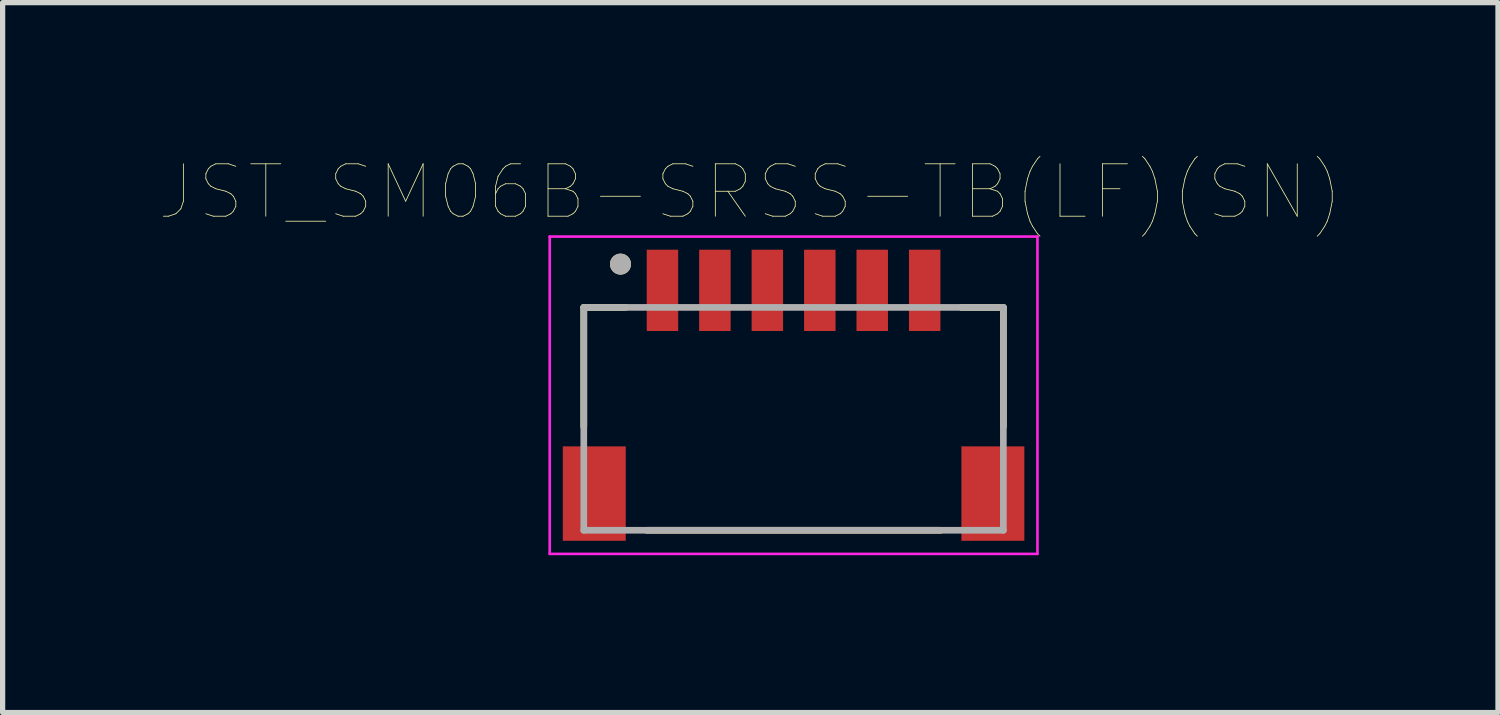
<source format=kicad_pcb>
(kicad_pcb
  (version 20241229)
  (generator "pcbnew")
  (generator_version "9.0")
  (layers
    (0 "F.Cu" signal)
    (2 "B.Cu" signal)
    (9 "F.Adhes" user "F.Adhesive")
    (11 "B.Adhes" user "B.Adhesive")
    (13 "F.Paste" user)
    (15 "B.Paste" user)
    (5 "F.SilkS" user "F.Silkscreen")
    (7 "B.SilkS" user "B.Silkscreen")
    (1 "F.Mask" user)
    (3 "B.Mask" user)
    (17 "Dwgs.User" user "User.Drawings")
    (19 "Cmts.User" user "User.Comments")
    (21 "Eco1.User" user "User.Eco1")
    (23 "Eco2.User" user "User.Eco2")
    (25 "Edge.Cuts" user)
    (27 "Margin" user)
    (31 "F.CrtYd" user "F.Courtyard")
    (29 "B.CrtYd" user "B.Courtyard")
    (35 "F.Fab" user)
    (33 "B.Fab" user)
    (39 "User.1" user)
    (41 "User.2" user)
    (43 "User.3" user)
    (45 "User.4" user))
  (footprint "JST_SM06B-SRSS-TB(LF)(SN)"
    (layer "F.Cu")
    (at 12.081 2.486)
    (property "Reference" "JST_SM06B-SRSS-TB(LF)(SN)" (at -0.825 -1.875 0) (layer "F.SilkS") (effects (font (size 1 1) (thickness 0.015))))
    (attr through_hole)
    (fp_line (start -4 0.325) (end -4 2.6) (stroke (width 0.127) (type solid)) (layer "F.SilkS"))
    (fp_line (start -3.2 0.325) (end -4 0.325) (stroke (width 0.127) (type solid)) (layer "F.SilkS"))
    (fp_line (start -2.8 4.575) (end 2.8 4.575) (stroke (width 0.127) (type solid)) (layer "F.SilkS"))
    (fp_line (start 3.2 0.325) (end 4 0.325) (stroke (width 0.127) (type solid)) (layer "F.SilkS"))
    (fp_line (start 4 0.325) (end 4 2.6) (stroke (width 0.127) (type solid)) (layer "F.SilkS"))
    (fp_circle (center -3.3 -0.5) (end -3.2 -0.5) (stroke (width 0.2) (type solid)) (fill no) (layer "F.SilkS"))
    (fp_line (start -4.65 -1.025) (end 4.65 -1.025) (stroke (width 0.05) (type solid)) (layer "F.CrtYd"))
    (fp_line (start -4.65 5.025) (end -4.65 -1.025) (stroke (width 0.05) (type solid)) (layer "F.CrtYd"))
    (fp_line (start 4.65 -1.025) (end 4.65 5.025) (stroke (width 0.05) (type solid)) (layer "F.CrtYd"))
    (fp_line (start 4.65 5.025) (end -4.65 5.025) (stroke (width 0.05) (type solid)) (layer "F.CrtYd"))
    (fp_line (start -4 0.325) (end 4 0.325) (stroke (width 0.127) (type solid)) (layer "F.Fab"))
    (fp_line (start -4 4.575) (end -4 0.325) (stroke (width 0.127) (type solid)) (layer "F.Fab"))
    (fp_line (start 4 0.325) (end 4 4.575) (stroke (width 0.127) (type solid)) (layer "F.Fab"))
    (fp_line (start 4 4.575) (end -4 4.575) (stroke (width 0.127) (type solid)) (layer "F.Fab"))
    (fp_circle (center -3.3 -0.5) (end -3.2 -0.5) (stroke (width 0.2) (type solid)) (fill no) (layer "F.Fab"))
    (pad "1" smd rect (at -2.5 0) (size 0.6 1.55) (layers "F.Cu" "F.Mask" "F.Paste"))
    (pad "2" smd rect (at -1.5 0) (size 0.6 1.55) (layers "F.Cu" "F.Mask" "F.Paste"))
    (pad "3" smd rect (at -0.5 0) (size 0.6 1.55) (layers "F.Cu" "F.Mask" "F.Paste"))
    (pad "4" smd rect (at 0.5 0) (size 0.6 1.55) (layers "F.Cu" "F.Mask" "F.Paste"))
    (pad "5" smd rect (at 1.5 0) (size 0.6 1.55) (layers "F.Cu" "F.Mask" "F.Paste"))
    (pad "6" smd rect (at 2.5 0) (size 0.6 1.55) (layers "F.Cu" "F.Mask" "F.Paste"))
    (pad "S1" smd rect (at -3.8 3.875) (size 1.2 1.8) (layers "F.Cu" "F.Mask" "F.Paste"))
    (pad "S2" smd rect (at 3.8 3.875) (size 1.2 1.8) (layers "F.Cu" "F.Mask" "F.Paste")))
  (gr_rect
    (start -3 -3)
    (end 25.512 10.536)
    (stroke (width 0.1) (type default))
    (fill no)
    (layer "Edge.Cuts")))
</source>
